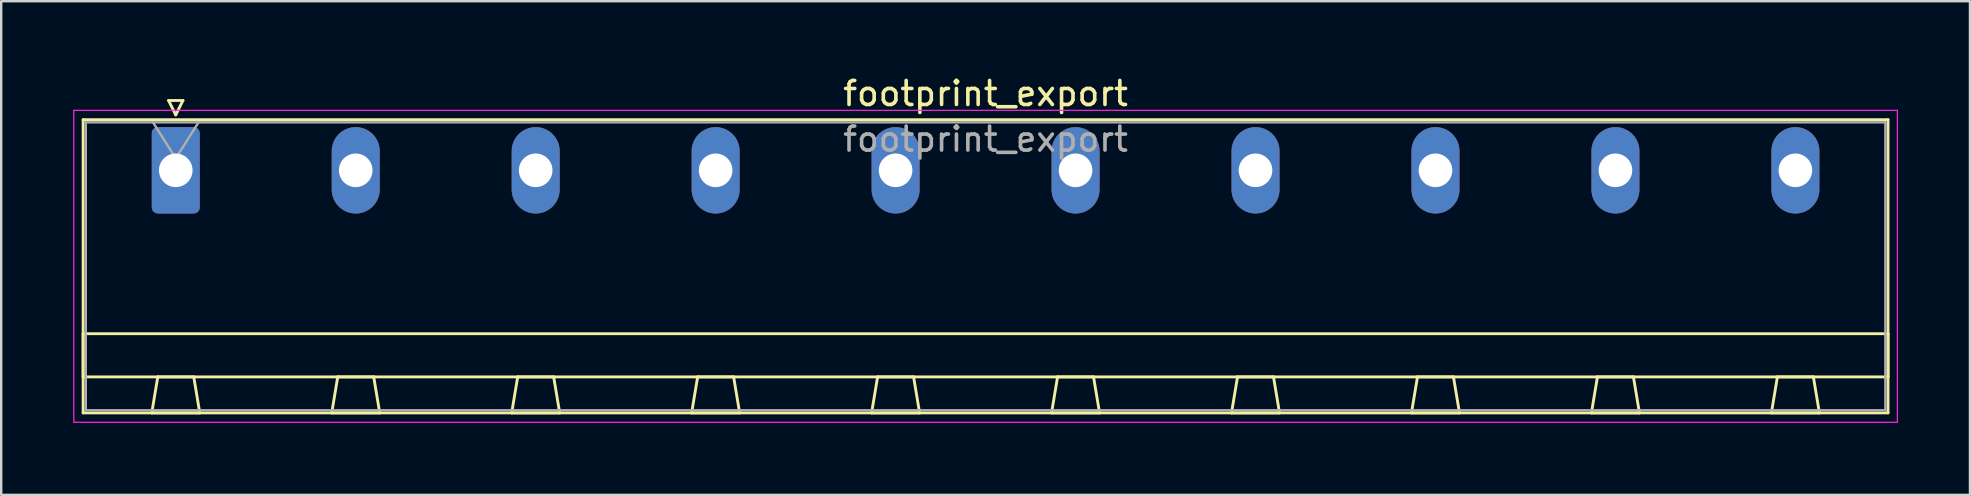
<source format=kicad_pcb>
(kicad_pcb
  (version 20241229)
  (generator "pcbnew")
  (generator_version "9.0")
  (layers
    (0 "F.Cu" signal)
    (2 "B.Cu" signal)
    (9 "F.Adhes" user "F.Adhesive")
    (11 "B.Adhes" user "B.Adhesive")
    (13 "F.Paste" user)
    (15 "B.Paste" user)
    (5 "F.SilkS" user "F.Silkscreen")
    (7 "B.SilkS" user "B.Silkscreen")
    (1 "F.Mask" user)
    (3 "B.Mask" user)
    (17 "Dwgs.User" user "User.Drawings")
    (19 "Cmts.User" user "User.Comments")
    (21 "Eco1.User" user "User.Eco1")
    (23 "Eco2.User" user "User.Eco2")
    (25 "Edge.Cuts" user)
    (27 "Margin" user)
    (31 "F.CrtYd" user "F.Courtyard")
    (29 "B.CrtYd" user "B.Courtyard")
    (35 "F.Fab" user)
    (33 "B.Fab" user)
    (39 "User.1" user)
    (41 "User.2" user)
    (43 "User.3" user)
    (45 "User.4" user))
  (footprint "footprint_export"
    (layer "F.Cu")
    (at 4.275 4.048)
    (property "Reference" "footprint_export" (at 33.75 -3.2 0) (layer "F.SilkS") (effects (font (size 1 1) (thickness 0.15))))
    (attr through_hole)
    (fp_line (start -3.86 -2.11) (end -3.86 10.11) (stroke (width 0.12) (type solid)) (layer "F.SilkS"))
    (fp_line (start -3.86 6.81) (end 71.36 6.81) (stroke (width 0.12) (type solid)) (layer "F.SilkS"))
    (fp_line (start -3.86 8.61) (end -3.86 6.81) (stroke (width 0.12) (type solid)) (layer "F.SilkS"))
    (fp_line (start -3.86 10.11) (end 71.36 10.11) (stroke (width 0.12) (type solid)) (layer "F.SilkS"))
    (fp_line (start -1 10.11) (end 1 10.11) (stroke (width 0.12) (type solid)) (layer "F.SilkS"))
    (fp_line (start -0.75 8.61) (end -1 10.11) (stroke (width 0.12) (type solid)) (layer "F.SilkS"))
    (fp_line (start -0.3 -2.91) (end 0.3 -2.91) (stroke (width 0.12) (type solid)) (layer "F.SilkS"))
    (fp_line (start 0 -2.31) (end -0.3 -2.91) (stroke (width 0.12) (type solid)) (layer "F.SilkS"))
    (fp_line (start 0.3 -2.91) (end 0 -2.31) (stroke (width 0.12) (type solid)) (layer "F.SilkS"))
    (fp_line (start 0.75 8.61) (end -0.75 8.61) (stroke (width 0.12) (type solid)) (layer "F.SilkS"))
    (fp_line (start 1 10.11) (end 0.75 8.61) (stroke (width 0.12) (type solid)) (layer "F.SilkS"))
    (fp_line (start 6.5 10.11) (end 8.5 10.11) (stroke (width 0.12) (type solid)) (layer "F.SilkS"))
    (fp_line (start 6.75 8.61) (end 6.5 10.11) (stroke (width 0.12) (type solid)) (layer "F.SilkS"))
    (fp_line (start 8.25 8.61) (end 6.75 8.61) (stroke (width 0.12) (type solid)) (layer "F.SilkS"))
    (fp_line (start 8.5 10.11) (end 8.25 8.61) (stroke (width 0.12) (type solid)) (layer "F.SilkS"))
    (fp_line (start 14 10.11) (end 16 10.11) (stroke (width 0.12) (type solid)) (layer "F.SilkS"))
    (fp_line (start 14.25 8.61) (end 14 10.11) (stroke (width 0.12) (type solid)) (layer "F.SilkS"))
    (fp_line (start 15.75 8.61) (end 14.25 8.61) (stroke (width 0.12) (type solid)) (layer "F.SilkS"))
    (fp_line (start 16 10.11) (end 15.75 8.61) (stroke (width 0.12) (type solid)) (layer "F.SilkS"))
    (fp_line (start 21.5 10.11) (end 23.5 10.11) (stroke (width 0.12) (type solid)) (layer "F.SilkS"))
    (fp_line (start 21.75 8.61) (end 21.5 10.11) (stroke (width 0.12) (type solid)) (layer "F.SilkS"))
    (fp_line (start 23.25 8.61) (end 21.75 8.61) (stroke (width 0.12) (type solid)) (layer "F.SilkS"))
    (fp_line (start 23.5 10.11) (end 23.25 8.61) (stroke (width 0.12) (type solid)) (layer "F.SilkS"))
    (fp_line (start 29 10.11) (end 31 10.11) (stroke (width 0.12) (type solid)) (layer "F.SilkS"))
    (fp_line (start 29.25 8.61) (end 29 10.11) (stroke (width 0.12) (type solid)) (layer "F.SilkS"))
    (fp_line (start 30.75 8.61) (end 29.25 8.61) (stroke (width 0.12) (type solid)) (layer "F.SilkS"))
    (fp_line (start 31 10.11) (end 30.75 8.61) (stroke (width 0.12) (type solid)) (layer "F.SilkS"))
    (fp_line (start 36.5 10.11) (end 38.5 10.11) (stroke (width 0.12) (type solid)) (layer "F.SilkS"))
    (fp_line (start 36.75 8.61) (end 36.5 10.11) (stroke (width 0.12) (type solid)) (layer "F.SilkS"))
    (fp_line (start 38.25 8.61) (end 36.75 8.61) (stroke (width 0.12) (type solid)) (layer "F.SilkS"))
    (fp_line (start 38.5 10.11) (end 38.25 8.61) (stroke (width 0.12) (type solid)) (layer "F.SilkS"))
    (fp_line (start 44 10.11) (end 46 10.11) (stroke (width 0.12) (type solid)) (layer "F.SilkS"))
    (fp_line (start 44.25 8.61) (end 44 10.11) (stroke (width 0.12) (type solid)) (layer "F.SilkS"))
    (fp_line (start 45.75 8.61) (end 44.25 8.61) (stroke (width 0.12) (type solid)) (layer "F.SilkS"))
    (fp_line (start 46 10.11) (end 45.75 8.61) (stroke (width 0.12) (type solid)) (layer "F.SilkS"))
    (fp_line (start 51.5 10.11) (end 53.5 10.11) (stroke (width 0.12) (type solid)) (layer "F.SilkS"))
    (fp_line (start 51.75 8.61) (end 51.5 10.11) (stroke (width 0.12) (type solid)) (layer "F.SilkS"))
    (fp_line (start 53.25 8.61) (end 51.75 8.61) (stroke (width 0.12) (type solid)) (layer "F.SilkS"))
    (fp_line (start 53.5 10.11) (end 53.25 8.61) (stroke (width 0.12) (type solid)) (layer "F.SilkS"))
    (fp_line (start 59 10.11) (end 61 10.11) (stroke (width 0.12) (type solid)) (layer "F.SilkS"))
    (fp_line (start 59.25 8.61) (end 59 10.11) (stroke (width 0.12) (type solid)) (layer "F.SilkS"))
    (fp_line (start 60.75 8.61) (end 59.25 8.61) (stroke (width 0.12) (type solid)) (layer "F.SilkS"))
    (fp_line (start 61 10.11) (end 60.75 8.61) (stroke (width 0.12) (type solid)) (layer "F.SilkS"))
    (fp_line (start 66.5 10.11) (end 68.5 10.11) (stroke (width 0.12) (type solid)) (layer "F.SilkS"))
    (fp_line (start 66.75 8.61) (end 66.5 10.11) (stroke (width 0.12) (type solid)) (layer "F.SilkS"))
    (fp_line (start 68.25 8.61) (end 66.75 8.61) (stroke (width 0.12) (type solid)) (layer "F.SilkS"))
    (fp_line (start 68.5 10.11) (end 68.25 8.61) (stroke (width 0.12) (type solid)) (layer "F.SilkS"))
    (fp_line (start 71.36 -2.11) (end -3.86 -2.11) (stroke (width 0.12) (type solid)) (layer "F.SilkS"))
    (fp_line (start 71.36 6.81) (end 71.36 8.61) (stroke (width 0.12) (type solid)) (layer "F.SilkS"))
    (fp_line (start 71.36 8.61) (end -3.86 8.61) (stroke (width 0.12) (type solid)) (layer "F.SilkS"))
    (fp_line (start 71.36 10.11) (end 71.36 -2.11) (stroke (width 0.12) (type solid)) (layer "F.SilkS"))
    (fp_line (start -4.25 -2.5) (end -4.25 10.5) (stroke (width 0.05) (type solid)) (layer "F.CrtYd"))
    (fp_line (start -4.25 10.5) (end 71.75 10.5) (stroke (width 0.05) (type solid)) (layer "F.CrtYd"))
    (fp_line (start 71.75 -2.5) (end -4.25 -2.5) (stroke (width 0.05) (type solid)) (layer "F.CrtYd"))
    (fp_line (start 71.75 10.5) (end 71.75 -2.5) (stroke (width 0.05) (type solid)) (layer "F.CrtYd"))
    (fp_line (start -3.75 -2) (end -3.75 10) (stroke (width 0.1) (type solid)) (layer "F.Fab"))
    (fp_line (start -3.75 10) (end 71.25 10) (stroke (width 0.1) (type solid)) (layer "F.Fab"))
    (fp_line (start 0 -0.5) (end -0.95 -2) (stroke (width 0.1) (type solid)) (layer "F.Fab"))
    (fp_line (start 0.95 -2) (end 0 -0.5) (stroke (width 0.1) (type solid)) (layer "F.Fab"))
    (fp_line (start 71.25 -2) (end -3.75 -2) (stroke (width 0.1) (type solid)) (layer "F.Fab"))
    (fp_line (start 71.25 10) (end 71.25 -2) (stroke (width 0.1) (type solid)) (layer "F.Fab"))
    (fp_text user "${REFERENCE}" (at 33.75 -1.3 0) (layer "F.Fab") (effects (font (size 1 1) (thickness 0.15))))
    (pad "1" thru_hole roundrect (at 0 0) (size 2 3.6) (drill 1.4) (layers "*.Cu" "*.Mask") (roundrect_rratio 0.125))
    (pad "2" thru_hole oval (at 7.5 0) (size 2 3.6) (drill 1.4) (layers "*.Cu" "*.Mask"))
    (pad "3" thru_hole oval (at 15 0) (size 2 3.6) (drill 1.4) (layers "*.Cu" "*.Mask"))
    (pad "4" thru_hole oval (at 22.5 0) (size 2 3.6) (drill 1.4) (layers "*.Cu" "*.Mask"))
    (pad "5" thru_hole oval (at 30 0) (size 2 3.6) (drill 1.4) (layers "*.Cu" "*.Mask"))
    (pad "6" thru_hole oval (at 37.5 0) (size 2 3.6) (drill 1.4) (layers "*.Cu" "*.Mask"))
    (pad "7" thru_hole oval (at 45 0) (size 2 3.6) (drill 1.4) (layers "*.Cu" "*.Mask"))
    (pad "8" thru_hole oval (at 52.5 0) (size 2 3.6) (drill 1.4) (layers "*.Cu" "*.Mask"))
    (pad "9" thru_hole oval (at 60 0) (size 2 3.6) (drill 1.4) (layers "*.Cu" "*.Mask"))
    (pad "10" thru_hole oval (at 67.5 0) (size 2 3.6) (drill 1.4) (layers "*.Cu" "*.Mask")))
  (gr_rect
    (start -3 -3)
    (end 79.05 17.573)
    (stroke (width 0.1) (type default))
    (fill no)
    (layer "Edge.Cuts")))
</source>
